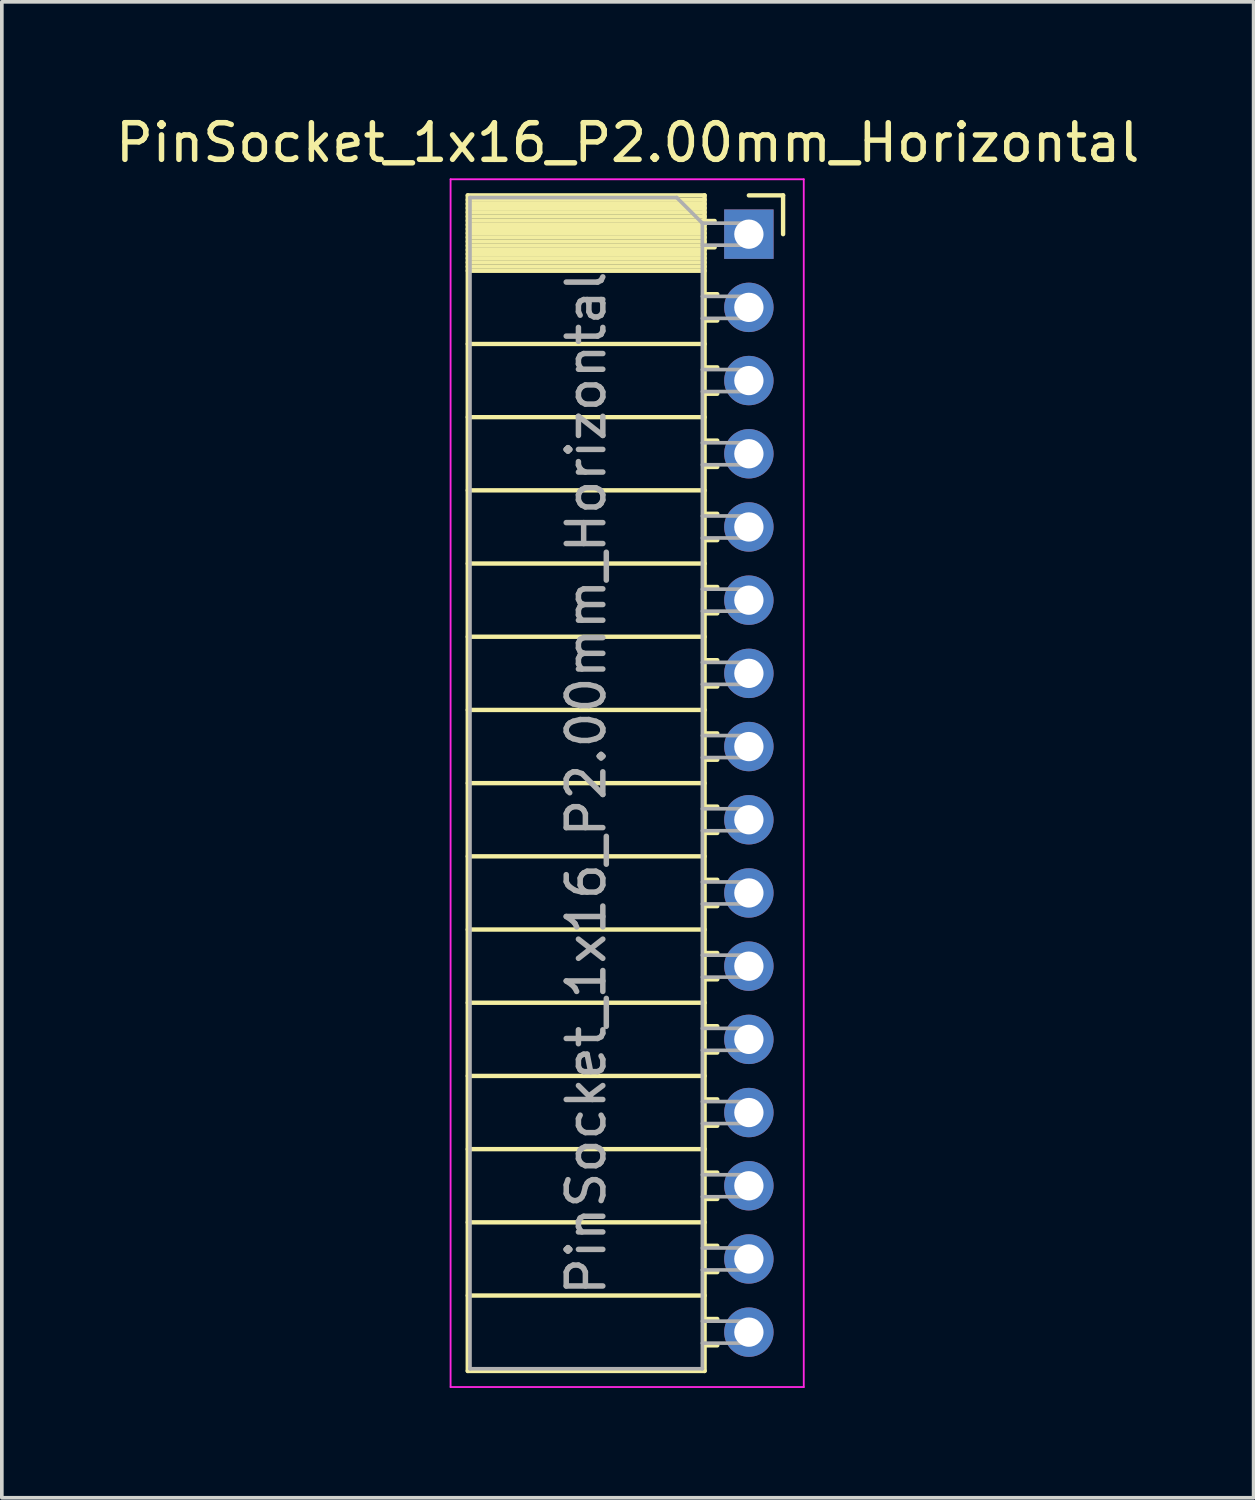
<source format=kicad_pcb>
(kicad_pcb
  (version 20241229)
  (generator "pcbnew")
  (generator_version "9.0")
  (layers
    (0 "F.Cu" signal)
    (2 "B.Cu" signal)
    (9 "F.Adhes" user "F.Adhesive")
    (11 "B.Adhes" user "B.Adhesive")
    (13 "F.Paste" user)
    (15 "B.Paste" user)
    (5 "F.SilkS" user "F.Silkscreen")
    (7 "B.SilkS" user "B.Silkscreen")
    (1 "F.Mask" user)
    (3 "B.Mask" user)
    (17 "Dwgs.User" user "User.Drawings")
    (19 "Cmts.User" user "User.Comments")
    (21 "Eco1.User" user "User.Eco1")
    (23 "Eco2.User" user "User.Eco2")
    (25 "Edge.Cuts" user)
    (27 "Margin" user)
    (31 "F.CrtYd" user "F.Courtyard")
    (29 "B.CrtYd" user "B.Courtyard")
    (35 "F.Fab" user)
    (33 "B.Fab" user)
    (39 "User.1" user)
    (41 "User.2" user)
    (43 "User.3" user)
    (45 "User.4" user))
  (footprint "PinSocket_1x16_P2.00mm_Horizontal"
    (layer "F.Cu")
    (at 17.411 3.348)
    (property "Reference" "PinSocket_1x16_P2.00mm_Horizontal" (at -3.31 -2.5 0) (layer "F.SilkS") (effects (font (size 1 1) (thickness 0.15))))
    (attr through_hole)
    (fp_line (start -7.68 -1.06) (end -7.68 31.06) (stroke (width 0.12) (type solid)) (layer "F.SilkS"))
    (fp_line (start -7.68 -1.06) (end -1.21 -1.06) (stroke (width 0.12) (type solid)) (layer "F.SilkS"))
    (fp_line (start -7.68 -0.94) (end -1.21 -0.94) (stroke (width 0.12) (type solid)) (layer "F.SilkS"))
    (fp_line (start -7.68 -0.826) (end -1.21 -0.826) (stroke (width 0.12) (type solid)) (layer "F.SilkS"))
    (fp_line (start -7.68 -0.712) (end -1.21 -0.712) (stroke (width 0.12) (type solid)) (layer "F.SilkS"))
    (fp_line (start -7.68 -0.598) (end -1.21 -0.598) (stroke (width 0.12) (type solid)) (layer "F.SilkS"))
    (fp_line (start -7.68 -0.484) (end -1.21 -0.484) (stroke (width 0.12) (type solid)) (layer "F.SilkS"))
    (fp_line (start -7.68 -0.369) (end -1.21 -0.369) (stroke (width 0.12) (type solid)) (layer "F.SilkS"))
    (fp_line (start -7.68 -0.255) (end -1.21 -0.255) (stroke (width 0.12) (type solid)) (layer "F.SilkS"))
    (fp_line (start -7.68 -0.141) (end -1.21 -0.141) (stroke (width 0.12) (type solid)) (layer "F.SilkS"))
    (fp_line (start -7.68 -0.027) (end -1.21 -0.027) (stroke (width 0.12) (type solid)) (layer "F.SilkS"))
    (fp_line (start -7.68 0.087) (end -1.21 0.087) (stroke (width 0.12) (type solid)) (layer "F.SilkS"))
    (fp_line (start -7.68 0.201) (end -1.21 0.201) (stroke (width 0.12) (type solid)) (layer "F.SilkS"))
    (fp_line (start -7.68 0.315) (end -1.21 0.315) (stroke (width 0.12) (type solid)) (layer "F.SilkS"))
    (fp_line (start -7.68 0.429) (end -1.21 0.429) (stroke (width 0.12) (type solid)) (layer "F.SilkS"))
    (fp_line (start -7.68 0.544) (end -1.21 0.544) (stroke (width 0.12) (type solid)) (layer "F.SilkS"))
    (fp_line (start -7.68 0.658) (end -1.21 0.658) (stroke (width 0.12) (type solid)) (layer "F.SilkS"))
    (fp_line (start -7.68 0.772) (end -1.21 0.772) (stroke (width 0.12) (type solid)) (layer "F.SilkS"))
    (fp_line (start -7.68 0.886) (end -1.21 0.886) (stroke (width 0.12) (type solid)) (layer "F.SilkS"))
    (fp_line (start -7.68 1) (end -1.21 1) (stroke (width 0.12) (type solid)) (layer "F.SilkS"))
    (fp_line (start -7.68 3) (end -1.21 3) (stroke (width 0.12) (type solid)) (layer "F.SilkS"))
    (fp_line (start -7.68 5) (end -1.21 5) (stroke (width 0.12) (type solid)) (layer "F.SilkS"))
    (fp_line (start -7.68 7) (end -1.21 7) (stroke (width 0.12) (type solid)) (layer "F.SilkS"))
    (fp_line (start -7.68 9) (end -1.21 9) (stroke (width 0.12) (type solid)) (layer "F.SilkS"))
    (fp_line (start -7.68 11) (end -1.21 11) (stroke (width 0.12) (type solid)) (layer "F.SilkS"))
    (fp_line (start -7.68 13) (end -1.21 13) (stroke (width 0.12) (type solid)) (layer "F.SilkS"))
    (fp_line (start -7.68 15) (end -1.21 15) (stroke (width 0.12) (type solid)) (layer "F.SilkS"))
    (fp_line (start -7.68 17) (end -1.21 17) (stroke (width 0.12) (type solid)) (layer "F.SilkS"))
    (fp_line (start -7.68 19) (end -1.21 19) (stroke (width 0.12) (type solid)) (layer "F.SilkS"))
    (fp_line (start -7.68 21) (end -1.21 21) (stroke (width 0.12) (type solid)) (layer "F.SilkS"))
    (fp_line (start -7.68 23) (end -1.21 23) (stroke (width 0.12) (type solid)) (layer "F.SilkS"))
    (fp_line (start -7.68 25) (end -1.21 25) (stroke (width 0.12) (type solid)) (layer "F.SilkS"))
    (fp_line (start -7.68 27) (end -1.21 27) (stroke (width 0.12) (type solid)) (layer "F.SilkS"))
    (fp_line (start -7.68 29) (end -1.21 29) (stroke (width 0.12) (type solid)) (layer "F.SilkS"))
    (fp_line (start -7.68 31.06) (end -1.21 31.06) (stroke (width 0.12) (type solid)) (layer "F.SilkS"))
    (fp_line (start -1.21 -1.06) (end -1.21 31.06) (stroke (width 0.12) (type solid)) (layer "F.SilkS"))
    (fp_line (start -1.21 -0.36) (end -0.935 -0.36) (stroke (width 0.12) (type solid)) (layer "F.SilkS"))
    (fp_line (start -1.21 0.36) (end -0.935 0.36) (stroke (width 0.12) (type solid)) (layer "F.SilkS"))
    (fp_line (start -1.21 1.64) (end -0.863 1.64) (stroke (width 0.12) (type solid)) (layer "F.SilkS"))
    (fp_line (start -1.21 2.36) (end -0.863 2.36) (stroke (width 0.12) (type solid)) (layer "F.SilkS"))
    (fp_line (start -1.21 3.64) (end -0.863 3.64) (stroke (width 0.12) (type solid)) (layer "F.SilkS"))
    (fp_line (start -1.21 4.36) (end -0.863 4.36) (stroke (width 0.12) (type solid)) (layer "F.SilkS"))
    (fp_line (start -1.21 5.64) (end -0.863 5.64) (stroke (width 0.12) (type solid)) (layer "F.SilkS"))
    (fp_line (start -1.21 6.36) (end -0.863 6.36) (stroke (width 0.12) (type solid)) (layer "F.SilkS"))
    (fp_line (start -1.21 7.64) (end -0.863 7.64) (stroke (width 0.12) (type solid)) (layer "F.SilkS"))
    (fp_line (start -1.21 8.36) (end -0.863 8.36) (stroke (width 0.12) (type solid)) (layer "F.SilkS"))
    (fp_line (start -1.21 9.64) (end -0.863 9.64) (stroke (width 0.12) (type solid)) (layer "F.SilkS"))
    (fp_line (start -1.21 10.36) (end -0.863 10.36) (stroke (width 0.12) (type solid)) (layer "F.SilkS"))
    (fp_line (start -1.21 11.64) (end -0.863 11.64) (stroke (width 0.12) (type solid)) (layer "F.SilkS"))
    (fp_line (start -1.21 12.36) (end -0.863 12.36) (stroke (width 0.12) (type solid)) (layer "F.SilkS"))
    (fp_line (start -1.21 13.64) (end -0.863 13.64) (stroke (width 0.12) (type solid)) (layer "F.SilkS"))
    (fp_line (start -1.21 14.36) (end -0.863 14.36) (stroke (width 0.12) (type solid)) (layer "F.SilkS"))
    (fp_line (start -1.21 15.64) (end -0.863 15.64) (stroke (width 0.12) (type solid)) (layer "F.SilkS"))
    (fp_line (start -1.21 16.36) (end -0.863 16.36) (stroke (width 0.12) (type solid)) (layer "F.SilkS"))
    (fp_line (start -1.21 17.64) (end -0.863 17.64) (stroke (width 0.12) (type solid)) (layer "F.SilkS"))
    (fp_line (start -1.21 18.36) (end -0.863 18.36) (stroke (width 0.12) (type solid)) (layer "F.SilkS"))
    (fp_line (start -1.21 19.64) (end -0.863 19.64) (stroke (width 0.12) (type solid)) (layer "F.SilkS"))
    (fp_line (start -1.21 20.36) (end -0.863 20.36) (stroke (width 0.12) (type solid)) (layer "F.SilkS"))
    (fp_line (start -1.21 21.64) (end -0.863 21.64) (stroke (width 0.12) (type solid)) (layer "F.SilkS"))
    (fp_line (start -1.21 22.36) (end -0.863 22.36) (stroke (width 0.12) (type solid)) (layer "F.SilkS"))
    (fp_line (start -1.21 23.64) (end -0.863 23.64) (stroke (width 0.12) (type solid)) (layer "F.SilkS"))
    (fp_line (start -1.21 24.36) (end -0.863 24.36) (stroke (width 0.12) (type solid)) (layer "F.SilkS"))
    (fp_line (start -1.21 25.64) (end -0.863 25.64) (stroke (width 0.12) (type solid)) (layer "F.SilkS"))
    (fp_line (start -1.21 26.36) (end -0.863 26.36) (stroke (width 0.12) (type solid)) (layer "F.SilkS"))
    (fp_line (start -1.21 27.64) (end -0.863 27.64) (stroke (width 0.12) (type solid)) (layer "F.SilkS"))
    (fp_line (start -1.21 28.36) (end -0.863 28.36) (stroke (width 0.12) (type solid)) (layer "F.SilkS"))
    (fp_line (start -1.21 29.64) (end -0.863 29.64) (stroke (width 0.12) (type solid)) (layer "F.SilkS"))
    (fp_line (start -1.21 30.36) (end -0.863 30.36) (stroke (width 0.12) (type solid)) (layer "F.SilkS"))
    (fp_line (start 0 -1.06) (end 0.935 -1.06) (stroke (width 0.12) (type solid)) (layer "F.SilkS"))
    (fp_line (start 0.935 -1.06) (end 0.935 0) (stroke (width 0.12) (type solid)) (layer "F.SilkS"))
    (fp_line (start -8.15 -1.5) (end -8.15 31.5) (stroke (width 0.05) (type solid)) (layer "F.CrtYd"))
    (fp_line (start -8.15 31.5) (end 1.5 31.5) (stroke (width 0.05) (type solid)) (layer "F.CrtYd"))
    (fp_line (start 1.5 -1.5) (end -8.15 -1.5) (stroke (width 0.05) (type solid)) (layer "F.CrtYd"))
    (fp_line (start 1.5 31.5) (end 1.5 -1.5) (stroke (width 0.05) (type solid)) (layer "F.CrtYd"))
    (fp_line (start -7.62 -1) (end -1.97 -1) (stroke (width 0.1) (type solid)) (layer "F.Fab"))
    (fp_line (start -7.62 31) (end -7.62 -1) (stroke (width 0.1) (type solid)) (layer "F.Fab"))
    (fp_line (start -1.97 -1) (end -1.27 -0.3) (stroke (width 0.1) (type solid)) (layer "F.Fab"))
    (fp_line (start -1.27 -0.3) (end -1.27 31) (stroke (width 0.1) (type solid)) (layer "F.Fab"))
    (fp_line (start -1.27 0.3) (end 0 0.3) (stroke (width 0.1) (type solid)) (layer "F.Fab"))
    (fp_line (start -1.27 2.3) (end 0 2.3) (stroke (width 0.1) (type solid)) (layer "F.Fab"))
    (fp_line (start -1.27 4.3) (end 0 4.3) (stroke (width 0.1) (type solid)) (layer "F.Fab"))
    (fp_line (start -1.27 6.3) (end 0 6.3) (stroke (width 0.1) (type solid)) (layer "F.Fab"))
    (fp_line (start -1.27 8.3) (end 0 8.3) (stroke (width 0.1) (type solid)) (layer "F.Fab"))
    (fp_line (start -1.27 10.3) (end 0 10.3) (stroke (width 0.1) (type solid)) (layer "F.Fab"))
    (fp_line (start -1.27 12.3) (end 0 12.3) (stroke (width 0.1) (type solid)) (layer "F.Fab"))
    (fp_line (start -1.27 14.3) (end 0 14.3) (stroke (width 0.1) (type solid)) (layer "F.Fab"))
    (fp_line (start -1.27 16.3) (end 0 16.3) (stroke (width 0.1) (type solid)) (layer "F.Fab"))
    (fp_line (start -1.27 18.3) (end 0 18.3) (stroke (width 0.1) (type solid)) (layer "F.Fab"))
    (fp_line (start -1.27 20.3) (end 0 20.3) (stroke (width 0.1) (type solid)) (layer "F.Fab"))
    (fp_line (start -1.27 22.3) (end 0 22.3) (stroke (width 0.1) (type solid)) (layer "F.Fab"))
    (fp_line (start -1.27 24.3) (end 0 24.3) (stroke (width 0.1) (type solid)) (layer "F.Fab"))
    (fp_line (start -1.27 26.3) (end 0 26.3) (stroke (width 0.1) (type solid)) (layer "F.Fab"))
    (fp_line (start -1.27 28.3) (end 0 28.3) (stroke (width 0.1) (type solid)) (layer "F.Fab"))
    (fp_line (start -1.27 30.3) (end 0 30.3) (stroke (width 0.1) (type solid)) (layer "F.Fab"))
    (fp_line (start -1.27 31) (end -7.62 31) (stroke (width 0.1) (type solid)) (layer "F.Fab"))
    (fp_line (start 0 -0.3) (end -1.27 -0.3) (stroke (width 0.1) (type solid)) (layer "F.Fab"))
    (fp_line (start 0 0.3) (end 0 -0.3) (stroke (width 0.1) (type solid)) (layer "F.Fab"))
    (fp_line (start 0 1.7) (end -1.27 1.7) (stroke (width 0.1) (type solid)) (layer "F.Fab"))
    (fp_line (start 0 2.3) (end 0 1.7) (stroke (width 0.1) (type solid)) (layer "F.Fab"))
    (fp_line (start 0 3.7) (end -1.27 3.7) (stroke (width 0.1) (type solid)) (layer "F.Fab"))
    (fp_line (start 0 4.3) (end 0 3.7) (stroke (width 0.1) (type solid)) (layer "F.Fab"))
    (fp_line (start 0 5.7) (end -1.27 5.7) (stroke (width 0.1) (type solid)) (layer "F.Fab"))
    (fp_line (start 0 6.3) (end 0 5.7) (stroke (width 0.1) (type solid)) (layer "F.Fab"))
    (fp_line (start 0 7.7) (end -1.27 7.7) (stroke (width 0.1) (type solid)) (layer "F.Fab"))
    (fp_line (start 0 8.3) (end 0 7.7) (stroke (width 0.1) (type solid)) (layer "F.Fab"))
    (fp_line (start 0 9.7) (end -1.27 9.7) (stroke (width 0.1) (type solid)) (layer "F.Fab"))
    (fp_line (start 0 10.3) (end 0 9.7) (stroke (width 0.1) (type solid)) (layer "F.Fab"))
    (fp_line (start 0 11.7) (end -1.27 11.7) (stroke (width 0.1) (type solid)) (layer "F.Fab"))
    (fp_line (start 0 12.3) (end 0 11.7) (stroke (width 0.1) (type solid)) (layer "F.Fab"))
    (fp_line (start 0 13.7) (end -1.27 13.7) (stroke (width 0.1) (type solid)) (layer "F.Fab"))
    (fp_line (start 0 14.3) (end 0 13.7) (stroke (width 0.1) (type solid)) (layer "F.Fab"))
    (fp_line (start 0 15.7) (end -1.27 15.7) (stroke (width 0.1) (type solid)) (layer "F.Fab"))
    (fp_line (start 0 16.3) (end 0 15.7) (stroke (width 0.1) (type solid)) (layer "F.Fab"))
    (fp_line (start 0 17.7) (end -1.27 17.7) (stroke (width 0.1) (type solid)) (layer "F.Fab"))
    (fp_line (start 0 18.3) (end 0 17.7) (stroke (width 0.1) (type solid)) (layer "F.Fab"))
    (fp_line (start 0 19.7) (end -1.27 19.7) (stroke (width 0.1) (type solid)) (layer "F.Fab"))
    (fp_line (start 0 20.3) (end 0 19.7) (stroke (width 0.1) (type solid)) (layer "F.Fab"))
    (fp_line (start 0 21.7) (end -1.27 21.7) (stroke (width 0.1) (type solid)) (layer "F.Fab"))
    (fp_line (start 0 22.3) (end 0 21.7) (stroke (width 0.1) (type solid)) (layer "F.Fab"))
    (fp_line (start 0 23.7) (end -1.27 23.7) (stroke (width 0.1) (type solid)) (layer "F.Fab"))
    (fp_line (start 0 24.3) (end 0 23.7) (stroke (width 0.1) (type solid)) (layer "F.Fab"))
    (fp_line (start 0 25.7) (end -1.27 25.7) (stroke (width 0.1) (type solid)) (layer "F.Fab"))
    (fp_line (start 0 26.3) (end 0 25.7) (stroke (width 0.1) (type solid)) (layer "F.Fab"))
    (fp_line (start 0 27.7) (end -1.27 27.7) (stroke (width 0.1) (type solid)) (layer "F.Fab"))
    (fp_line (start 0 28.3) (end 0 27.7) (stroke (width 0.1) (type solid)) (layer "F.Fab"))
    (fp_line (start 0 29.7) (end -1.27 29.7) (stroke (width 0.1) (type solid)) (layer "F.Fab"))
    (fp_line (start 0 30.3) (end 0 29.7) (stroke (width 0.1) (type solid)) (layer "F.Fab"))
    (fp_text user "${REFERENCE}" (at -4.445 15 90) (layer "F.Fab") (effects (font (size 1 1) (thickness 0.15))))
    (pad "1" thru_hole rect (at 0 0) (size 1.35 1.35) (drill 0.8) (layers "*.Cu" "*.Mask"))
    (pad "2" thru_hole oval (at 0 2) (size 1.35 1.35) (drill 0.8) (layers "*.Cu" "*.Mask"))
    (pad "3" thru_hole oval (at 0 4) (size 1.35 1.35) (drill 0.8) (layers "*.Cu" "*.Mask"))
    (pad "4" thru_hole oval (at 0 6) (size 1.35 1.35) (drill 0.8) (layers "*.Cu" "*.Mask"))
    (pad "5" thru_hole oval (at 0 8) (size 1.35 1.35) (drill 0.8) (layers "*.Cu" "*.Mask"))
    (pad "6" thru_hole oval (at 0 10) (size 1.35 1.35) (drill 0.8) (layers "*.Cu" "*.Mask"))
    (pad "7" thru_hole oval (at 0 12) (size 1.35 1.35) (drill 0.8) (layers "*.Cu" "*.Mask"))
    (pad "8" thru_hole oval (at 0 14) (size 1.35 1.35) (drill 0.8) (layers "*.Cu" "*.Mask"))
    (pad "9" thru_hole oval (at 0 16) (size 1.35 1.35) (drill 0.8) (layers "*.Cu" "*.Mask"))
    (pad "10" thru_hole oval (at 0 18) (size 1.35 1.35) (drill 0.8) (layers "*.Cu" "*.Mask"))
    (pad "11" thru_hole oval (at 0 20) (size 1.35 1.35) (drill 0.8) (layers "*.Cu" "*.Mask"))
    (pad "12" thru_hole oval (at 0 22) (size 1.35 1.35) (drill 0.8) (layers "*.Cu" "*.Mask"))
    (pad "13" thru_hole oval (at 0 24) (size 1.35 1.35) (drill 0.8) (layers "*.Cu" "*.Mask"))
    (pad "14" thru_hole oval (at 0 26) (size 1.35 1.35) (drill 0.8) (layers "*.Cu" "*.Mask"))
    (pad "15" thru_hole oval (at 0 28) (size 1.35 1.35) (drill 0.8) (layers "*.Cu" "*.Mask"))
    (pad "16" thru_hole oval (at 0 30) (size 1.35 1.35) (drill 0.8) (layers "*.Cu" "*.Mask")))
  (gr_rect
    (start -3 -3)
    (end 31.202 37.873)
    (stroke (width 0.1) (type default))
    (fill no)
    (layer "Edge.Cuts")))
</source>
